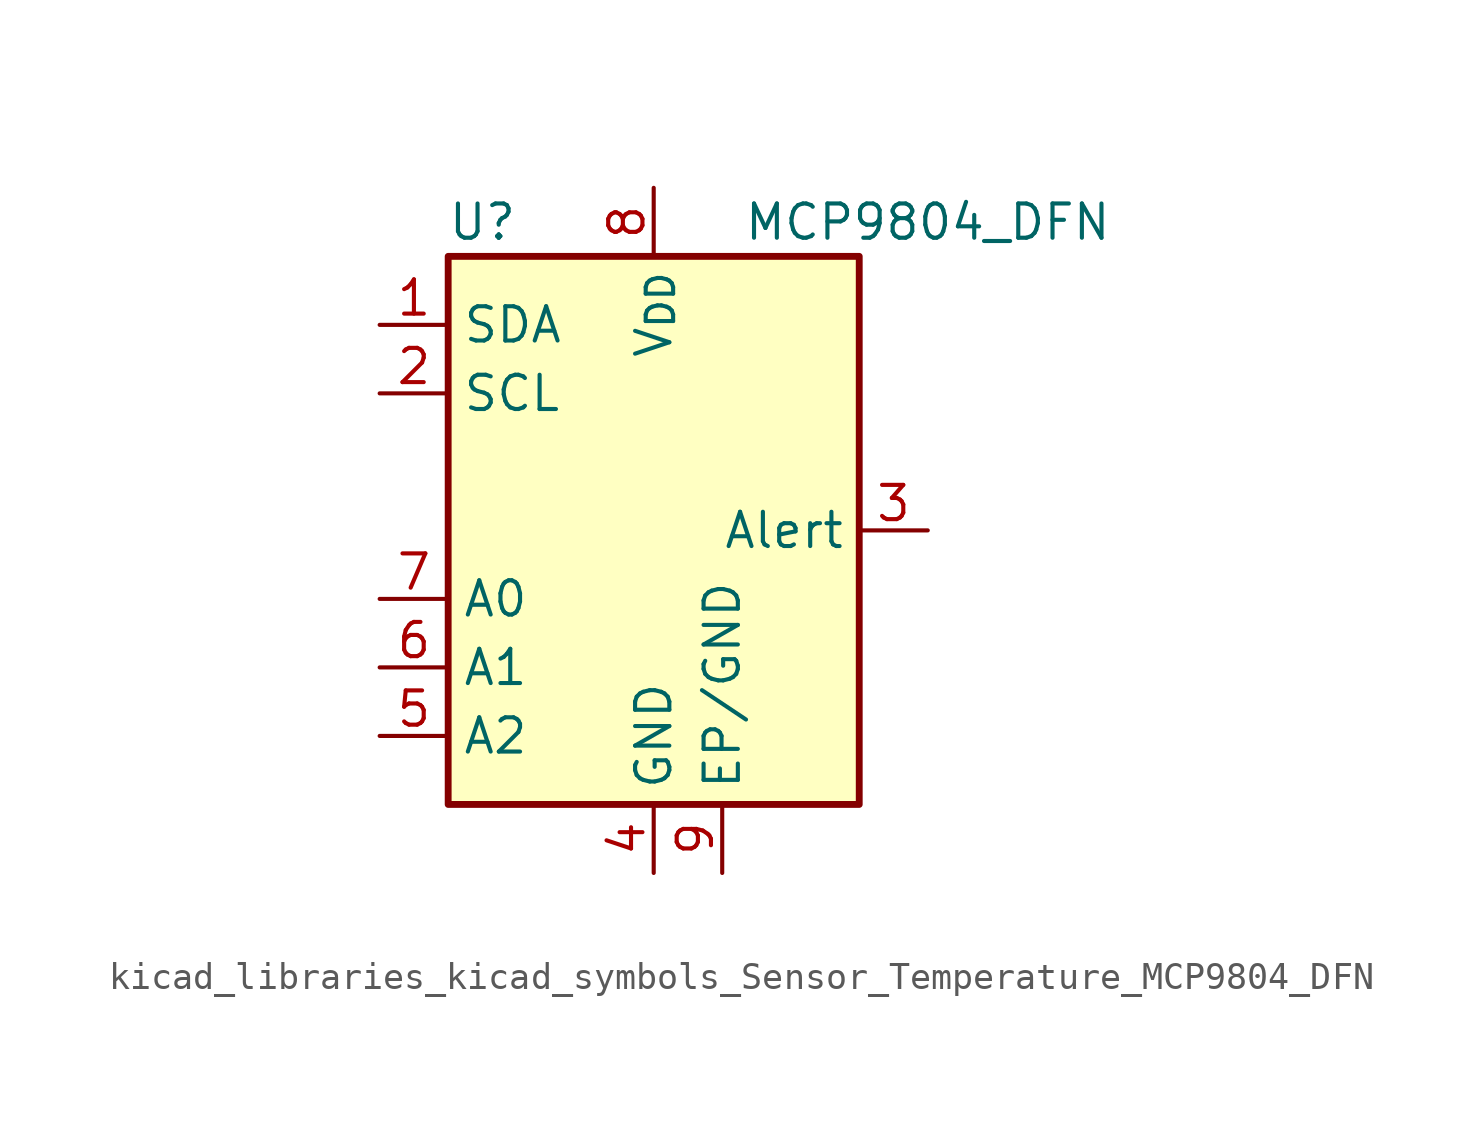
<source format=kicad_sym>
(kicad_symbol_lib
  (version 20220914)
  (generator kicad_symbol_editor)
  (symbol "kicad_libraries_kicad_symbols_Sensor_Temperature_MCP9804_DFN"
    (property "Reference" "U"
      (at -6.35 11.43 0)
      (effects (font (size 1.27 1.27))))
    (property "Value" "MCP9804_DFN"
      (at 10.16 11.43 0)
      (effects (font (size 1.27 1.27))))
    (symbol "kicad_libraries_kicad_symbols_Sensor_Temperature_MCP9804_DFN_0_1"
      (rectangle (start -7.62 10.16) (end 7.62 -10.16) (stroke (width 0.254) (type default)) (fill (type background))))
    (symbol "kicad_libraries_kicad_symbols_Sensor_Temperature_MCP9804_DFN_1_1"
      (pin bidirectional line (at -10.16 7.62 0) (length 2.54) (name "SDA" (effects (font (size 1.27 1.27)))) (number "1" (effects (font (size 1.27 1.27)))))
      (pin input line (at -10.16 5.08 0) (length 2.54) (name "SCL" (effects (font (size 1.27 1.27)))) (number "2" (effects (font (size 1.27 1.27)))))
      (pin output line (at 10.16 0 180) (length 2.54) (name "Alert" (effects (font (size 1.27 1.27)))) (number "3" (effects (font (size 1.27 1.27)))))
      (pin power_in line (at 0 -12.7 90) (length 2.54) (name "GND" (effects (font (size 1.27 1.27)))) (number "4" (effects (font (size 1.27 1.27)))))
      (pin input line (at -10.16 -7.62 0) (length 2.54) (name "A2" (effects (font (size 1.27 1.27)))) (number "5" (effects (font (size 1.27 1.27)))))
      (pin input line (at -10.16 -5.08 0) (length 2.54) (name "A1" (effects (font (size 1.27 1.27)))) (number "6" (effects (font (size 1.27 1.27)))))
      (pin input line (at -10.16 -2.54 0) (length 2.54) (name "A0" (effects (font (size 1.27 1.27)))) (number "7" (effects (font (size 1.27 1.27)))))
      (pin power_in line (at 0 12.7 270) (length 2.54) (name "V_{DD}" (effects (font (size 1.27 1.27)))) (number "8" (effects (font (size 1.27 1.27)))))
      (pin power_in line (at 2.54 -12.7 90) (length 2.54) (name "EP/GND" (effects (font (size 1.27 1.27)))) (number "9" (effects (font (size 1.27 1.27))))))))
</source>
